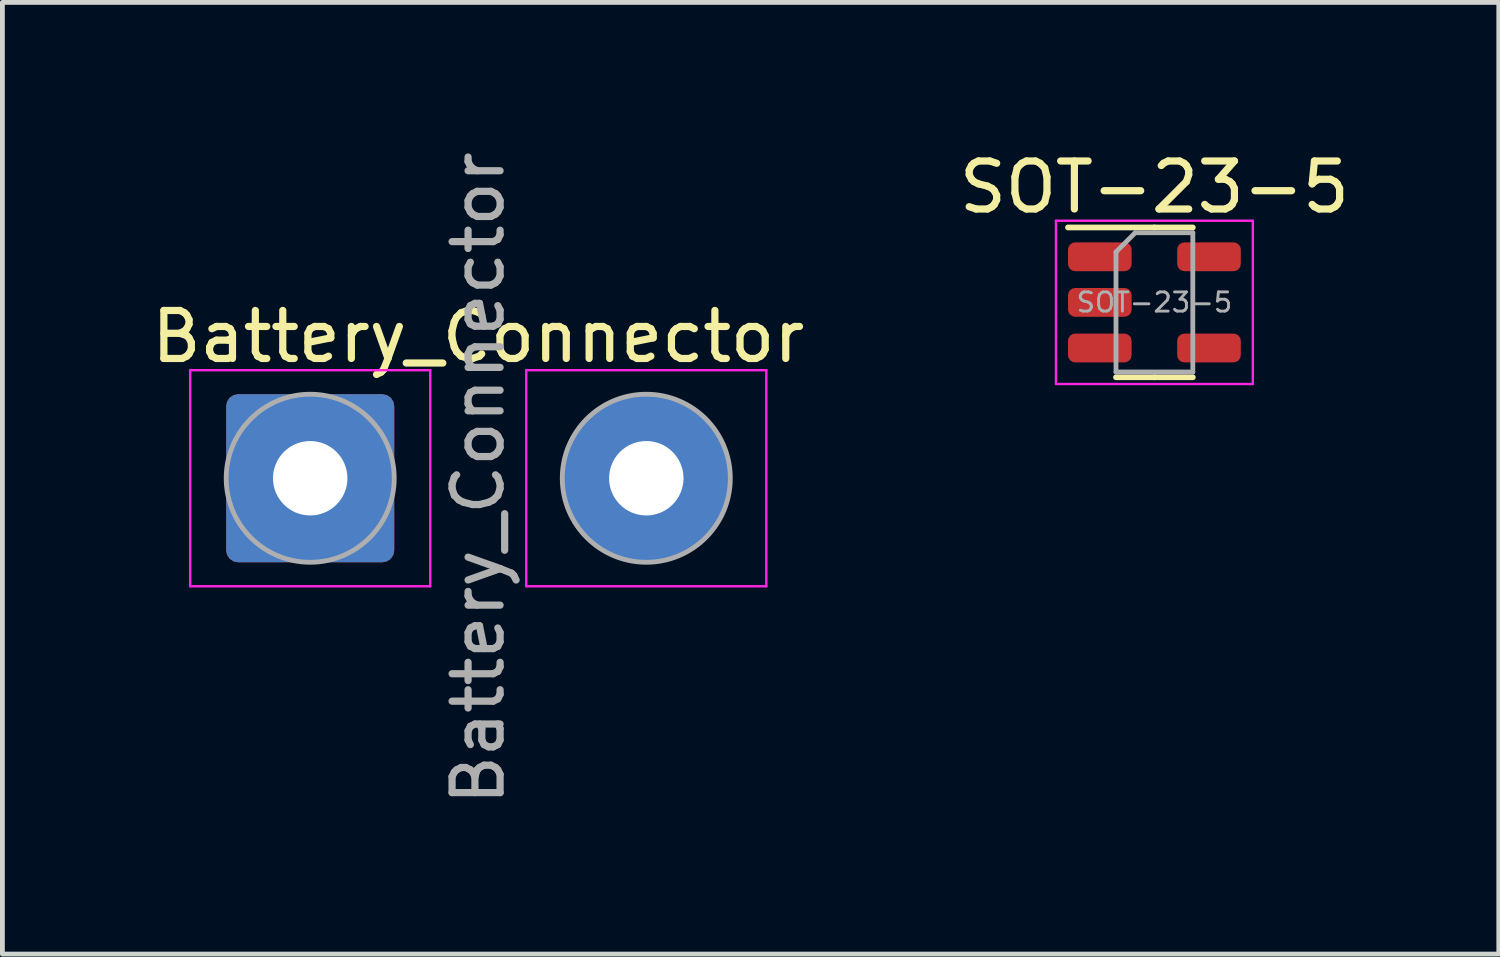
<source format=kicad_pcb>
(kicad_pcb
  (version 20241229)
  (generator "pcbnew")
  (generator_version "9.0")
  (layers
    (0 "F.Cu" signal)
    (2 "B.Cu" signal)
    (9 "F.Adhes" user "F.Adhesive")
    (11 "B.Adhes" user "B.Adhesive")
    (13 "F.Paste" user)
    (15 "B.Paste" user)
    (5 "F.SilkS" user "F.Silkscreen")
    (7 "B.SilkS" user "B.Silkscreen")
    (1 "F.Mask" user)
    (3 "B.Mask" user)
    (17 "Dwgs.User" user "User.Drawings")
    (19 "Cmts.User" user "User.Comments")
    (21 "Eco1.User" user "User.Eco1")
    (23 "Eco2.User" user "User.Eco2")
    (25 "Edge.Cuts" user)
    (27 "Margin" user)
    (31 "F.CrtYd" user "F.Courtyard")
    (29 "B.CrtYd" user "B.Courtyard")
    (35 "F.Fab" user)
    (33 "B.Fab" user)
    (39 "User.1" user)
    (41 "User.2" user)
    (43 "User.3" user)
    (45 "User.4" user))
  (footprint "Battery_Connector"
    (layer "F.Cu")
    (at 6.811 6.911)
    (property "Reference" "Battery_Connector" (at 0.1 -2.95 0) (layer "F.SilkS") (effects (font (size 1 1) (thickness 0.15))))
    (attr exclude_from_pos_files exclude_from_bom)
    (fp_line (start -5.9 -2.25) (end -5.9 2.25) (stroke (width 0.05) (type solid)) (layer "F.CrtYd"))
    (fp_line (start -5.9 2.25) (end -0.9 2.25) (stroke (width 0.05) (type solid)) (layer "F.CrtYd"))
    (fp_line (start -0.9 -2.25) (end -5.9 -2.25) (stroke (width 0.05) (type solid)) (layer "F.CrtYd"))
    (fp_line (start -0.9 2.25) (end -0.9 -2.25) (stroke (width 0.05) (type solid)) (layer "F.CrtYd"))
    (fp_line (start 1.1 -2.25) (end 1.1 2.25) (stroke (width 0.05) (type solid)) (layer "F.CrtYd"))
    (fp_line (start 1.1 2.25) (end 6.1 2.25) (stroke (width 0.05) (type solid)) (layer "F.CrtYd"))
    (fp_line (start 6.1 -2.25) (end 1.1 -2.25) (stroke (width 0.05) (type solid)) (layer "F.CrtYd"))
    (fp_line (start 6.1 2.25) (end 6.1 -2.25) (stroke (width 0.05) (type solid)) (layer "F.CrtYd"))
    (fp_circle (center -3.4 0) (end -1.65 0) (stroke (width 0.1) (type solid)) (fill no) (layer "F.Fab"))
    (fp_circle (center 3.6 0) (end 5.35 0) (stroke (width 0.1) (type solid)) (fill no) (layer "F.Fab"))
    (fp_text user "${REFERENCE}" (at 0.1 0 90) (layer "F.Fab") (effects (font (size 1 1) (thickness 0.15))))
    (pad "1" thru_hole roundrect (at -3.4 0) (size 3.5 3.5) (drill 1.55) (layers "*.Cu" "*.Mask") (roundrect_rratio 0.071))
    (pad "2" thru_hole circle (at 3.6 0) (size 3.5 3.5) (drill 1.55) (layers "*.Cu" "*.Mask")))
  (footprint "SOT-23-5"
    (layer "F.Cu")
    (at 20.994 3.248)
    (property "Reference" "SOT-23-5" (at 0 -2.4 0) (layer "F.SilkS") (effects (font (size 1 1) (thickness 0.15))))
    (attr smd)
    (fp_line (start 0 -1.56) (end -1.8 -1.56) (stroke (width 0.12) (type solid)) (layer "F.SilkS"))
    (fp_line (start 0 -1.56) (end 0.8 -1.56) (stroke (width 0.12) (type solid)) (layer "F.SilkS"))
    (fp_line (start 0 1.56) (end -0.8 1.56) (stroke (width 0.12) (type solid)) (layer "F.SilkS"))
    (fp_line (start 0 1.56) (end 0.8 1.56) (stroke (width 0.12) (type solid)) (layer "F.SilkS"))
    (fp_line (start -2.05 -1.7) (end -2.05 1.7) (stroke (width 0.05) (type solid)) (layer "F.CrtYd"))
    (fp_line (start -2.05 1.7) (end 2.05 1.7) (stroke (width 0.05) (type solid)) (layer "F.CrtYd"))
    (fp_line (start 2.05 -1.7) (end -2.05 -1.7) (stroke (width 0.05) (type solid)) (layer "F.CrtYd"))
    (fp_line (start 2.05 1.7) (end 2.05 -1.7) (stroke (width 0.05) (type solid)) (layer "F.CrtYd"))
    (fp_line (start -0.8 -1.05) (end -0.4 -1.45) (stroke (width 0.1) (type solid)) (layer "F.Fab"))
    (fp_line (start -0.8 1.45) (end -0.8 -1.05) (stroke (width 0.1) (type solid)) (layer "F.Fab"))
    (fp_line (start -0.4 -1.45) (end 0.8 -1.45) (stroke (width 0.1) (type solid)) (layer "F.Fab"))
    (fp_line (start 0.8 -1.45) (end 0.8 1.45) (stroke (width 0.1) (type solid)) (layer "F.Fab"))
    (fp_line (start 0.8 1.45) (end -0.8 1.45) (stroke (width 0.1) (type solid)) (layer "F.Fab"))
    (fp_text user "${REFERENCE}" (at 0 0 0) (layer "F.Fab") (effects (font (size 0.4 0.4) (thickness 0.06))))
    (pad "1" smd roundrect (at -1.137 -0.95) (size 1.325 0.6) (layers "F.Cu" "F.Mask" "F.Paste") (roundrect_rratio 0.25))
    (pad "2" smd roundrect (at -1.137 0) (size 1.325 0.6) (layers "F.Cu" "F.Mask" "F.Paste") (roundrect_rratio 0.25))
    (pad "3" smd roundrect (at -1.137 0.95) (size 1.325 0.6) (layers "F.Cu" "F.Mask" "F.Paste") (roundrect_rratio 0.25))
    (pad "4" smd roundrect (at 1.137 0.95) (size 1.325 0.6) (layers "F.Cu" "F.Mask" "F.Paste") (roundrect_rratio 0.25))
    (pad "5" smd roundrect (at 1.137 -0.95) (size 1.325 0.6) (layers "F.Cu" "F.Mask" "F.Paste") (roundrect_rratio 0.25)))
  (gr_rect
    (start -3 -3)
    (end 28.167 16.821)
    (stroke (width 0.1) (type default))
    (fill no)
    (layer "Edge.Cuts")))
</source>
